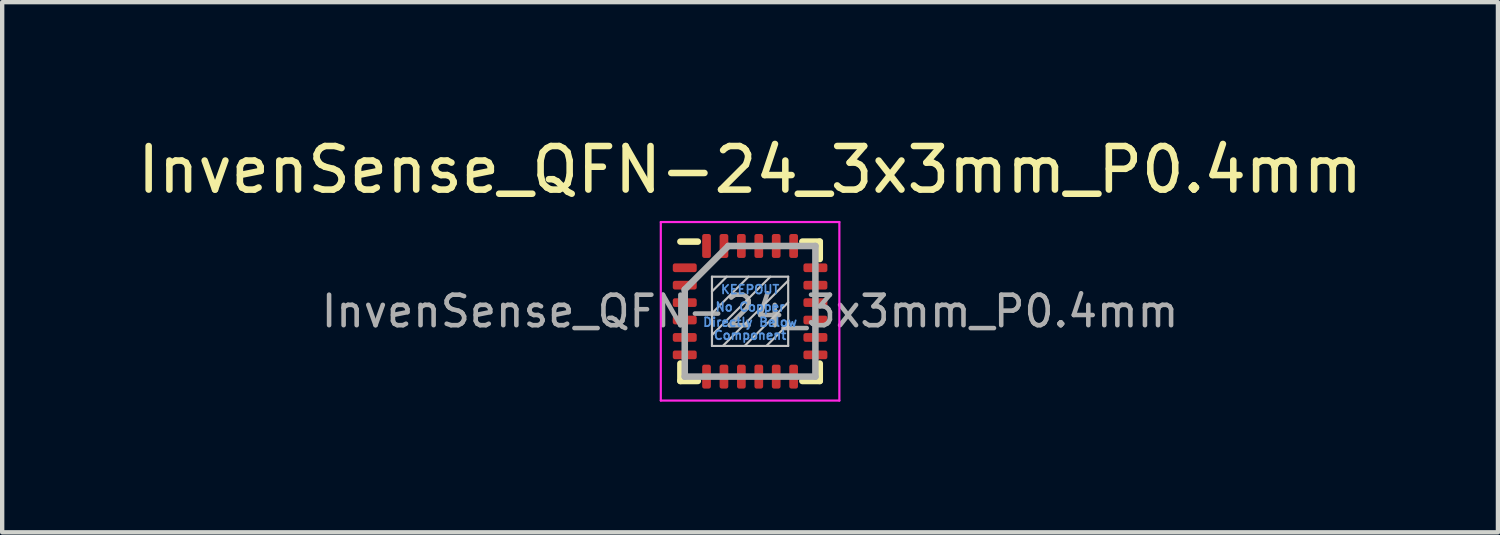
<source format=kicad_pcb>
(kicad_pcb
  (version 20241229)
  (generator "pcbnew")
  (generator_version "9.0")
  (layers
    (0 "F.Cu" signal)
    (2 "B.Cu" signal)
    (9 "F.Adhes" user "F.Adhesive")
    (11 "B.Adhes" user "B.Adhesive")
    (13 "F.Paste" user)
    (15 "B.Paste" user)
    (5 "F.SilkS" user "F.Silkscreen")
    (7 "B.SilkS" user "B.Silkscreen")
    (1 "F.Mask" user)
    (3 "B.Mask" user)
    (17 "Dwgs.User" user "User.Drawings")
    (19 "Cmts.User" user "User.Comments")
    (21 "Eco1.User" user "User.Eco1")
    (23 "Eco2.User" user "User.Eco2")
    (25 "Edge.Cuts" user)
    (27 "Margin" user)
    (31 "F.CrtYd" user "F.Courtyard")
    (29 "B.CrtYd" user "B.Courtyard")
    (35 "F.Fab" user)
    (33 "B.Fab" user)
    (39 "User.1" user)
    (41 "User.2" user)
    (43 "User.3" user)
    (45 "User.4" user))
  (footprint "InvenSense_QFN-24_3x3mm_P0.4mm"
    (layer "F.Cu")
    (at 14.173 4.098)
    (property "Reference" "InvenSense_QFN-24_3x3mm_P0.4mm" (at 0 -3.25 0) (layer "F.SilkS") (effects (font (size 1 1) (thickness 0.15))))
    (attr smd)
    (fp_line (start -1.6 -1.6) (end -1.2 -1.6) (stroke (width 0.15) (type solid)) (layer "F.SilkS"))
    (fp_line (start -1.6 1.6) (end -1.6 1.2) (stroke (width 0.15) (type solid)) (layer "F.SilkS"))
    (fp_line (start -1.6 1.6) (end -1.2 1.6) (stroke (width 0.15) (type solid)) (layer "F.SilkS"))
    (fp_line (start 1.6 -1.6) (end 1.2 -1.6) (stroke (width 0.15) (type solid)) (layer "F.SilkS"))
    (fp_line (start 1.6 -1.6) (end 1.6 -1.2) (stroke (width 0.15) (type solid)) (layer "F.SilkS"))
    (fp_line (start 1.6 1.6) (end 1.2 1.6) (stroke (width 0.15) (type solid)) (layer "F.SilkS"))
    (fp_line (start 1.6 1.6) (end 1.6 1.2) (stroke (width 0.15) (type solid)) (layer "F.SilkS"))
    (fp_line (start -0.875 -0.795) (end -0.875 0.795) (stroke (width 0.05) (type solid)) (layer "Dwgs.User"))
    (fp_line (start -0.875 -0.795) (end 0.875 -0.795) (stroke (width 0.05) (type solid)) (layer "Dwgs.User"))
    (fp_line (start -0.875 0.795) (end 0.875 0.795) (stroke (width 0.05) (type solid)) (layer "Dwgs.User"))
    (fp_line (start -0.535 -0.795) (end -0.875 -0.455) (stroke (width 0.05) (type solid)) (layer "Dwgs.User"))
    (fp_line (start -0.035 -0.795) (end -0.875 0.045) (stroke (width 0.05) (type solid)) (layer "Dwgs.User"))
    (fp_line (start 0.465 -0.795) (end -0.875 0.545) (stroke (width 0.05) (type solid)) (layer "Dwgs.User"))
    (fp_line (start 0.875 -0.795) (end 0.875 0.795) (stroke (width 0.05) (type solid)) (layer "Dwgs.User"))
    (fp_line (start 0.875 -0.705) (end -0.625 0.795) (stroke (width 0.05) (type solid)) (layer "Dwgs.User"))
    (fp_line (start 0.875 -0.205) (end -0.125 0.795) (stroke (width 0.05) (type solid)) (layer "Dwgs.User"))
    (fp_line (start 0.875 0.295) (end 0.375 0.795) (stroke (width 0.05) (type solid)) (layer "Dwgs.User"))
    (fp_line (start -2.05 -2.05) (end 2.05 -2.05) (stroke (width 0.05) (type solid)) (layer "F.CrtYd"))
    (fp_line (start -2.05 2.05) (end -2.05 -2.05) (stroke (width 0.05) (type solid)) (layer "F.CrtYd"))
    (fp_line (start 2.05 -2.05) (end 2.05 2.05) (stroke (width 0.05) (type solid)) (layer "F.CrtYd"))
    (fp_line (start 2.05 2.05) (end -2.05 2.05) (stroke (width 0.05) (type solid)) (layer "F.CrtYd"))
    (fp_line (start -1.5 -0.5) (end -0.5 -1.5) (stroke (width 0.15) (type solid)) (layer "F.Fab"))
    (fp_line (start -1.5 1.5) (end -1.5 -0.5) (stroke (width 0.15) (type solid)) (layer "F.Fab"))
    (fp_line (start -0.5 -1.5) (end 1.5 -1.5) (stroke (width 0.15) (type solid)) (layer "F.Fab"))
    (fp_line (start 1.5 -1.5) (end 1.5 1.5) (stroke (width 0.15) (type solid)) (layer "F.Fab"))
    (fp_line (start 1.5 1.5) (end -1.5 1.5) (stroke (width 0.15) (type solid)) (layer "F.Fab"))
    (fp_text user "No Copper" (at 0 -0.1 0) (layer "Cmts.User") (effects (font (size 0.2 0.2) (thickness 0.04))))
    (fp_text user "Component" (at 0 0.55 0) (layer "Cmts.User") (effects (font (size 0.2 0.2) (thickness 0.04))))
    (fp_text user "KEEPOUT" (at 0 -0.5 0) (layer "Cmts.User") (effects (font (size 0.2 0.2) (thickness 0.04))))
    (fp_text user "Directly Below" (at 0 0.25 0) (layer "Cmts.User") (effects (font (size 0.2 0.2) (thickness 0.04))))
    (fp_text user "${REFERENCE}" (at 0 0 0) (layer "F.Fab") (effects (font (size 0.7 0.7) (thickness 0.105))))
    (pad "1" smd roundrect (at -1.5 -1) (size 0.55 0.2) (layers "F.Cu" "F.Mask" "F.Paste") (roundrect_rratio 0.25))
    (pad "2" smd roundrect (at -1.5 -0.6) (size 0.55 0.2) (layers "F.Cu" "F.Mask" "F.Paste") (roundrect_rratio 0.25))
    (pad "3" smd roundrect (at -1.5 -0.2) (size 0.55 0.2) (layers "F.Cu" "F.Mask" "F.Paste") (roundrect_rratio 0.25))
    (pad "4" smd roundrect (at -1.5 0.2) (size 0.55 0.2) (layers "F.Cu" "F.Mask" "F.Paste") (roundrect_rratio 0.25))
    (pad "5" smd roundrect (at -1.5 0.6) (size 0.55 0.2) (layers "F.Cu" "F.Mask" "F.Paste") (roundrect_rratio 0.25))
    (pad "6" smd roundrect (at -1.5 1) (size 0.55 0.2) (layers "F.Cu" "F.Mask" "F.Paste") (roundrect_rratio 0.25))
    (pad "7" smd roundrect (at -1 1.5 90) (size 0.55 0.2) (layers "F.Cu" "F.Mask" "F.Paste") (roundrect_rratio 0.25))
    (pad "8" smd roundrect (at -0.6 1.5 90) (size 0.55 0.2) (layers "F.Cu" "F.Mask" "F.Paste") (roundrect_rratio 0.25))
    (pad "9" smd roundrect (at -0.2 1.5 90) (size 0.55 0.2) (layers "F.Cu" "F.Mask" "F.Paste") (roundrect_rratio 0.25))
    (pad "10" smd roundrect (at 0.2 1.5 90) (size 0.55 0.2) (layers "F.Cu" "F.Mask" "F.Paste") (roundrect_rratio 0.25))
    (pad "11" smd roundrect (at 0.6 1.5 90) (size 0.55 0.2) (layers "F.Cu" "F.Mask" "F.Paste") (roundrect_rratio 0.25))
    (pad "12" smd roundrect (at 1 1.5 90) (size 0.55 0.2) (layers "F.Cu" "F.Mask" "F.Paste") (roundrect_rratio 0.25))
    (pad "13" smd roundrect (at 1.5 1) (size 0.55 0.2) (layers "F.Cu" "F.Mask" "F.Paste") (roundrect_rratio 0.25))
    (pad "14" smd roundrect (at 1.5 0.6) (size 0.55 0.2) (layers "F.Cu" "F.Mask" "F.Paste") (roundrect_rratio 0.25))
    (pad "15" smd roundrect (at 1.5 0.2) (size 0.55 0.2) (layers "F.Cu" "F.Mask" "F.Paste") (roundrect_rratio 0.25))
    (pad "16" smd roundrect (at 1.5 -0.2) (size 0.55 0.2) (layers "F.Cu" "F.Mask" "F.Paste") (roundrect_rratio 0.25))
    (pad "17" smd roundrect (at 1.5 -0.6) (size 0.55 0.2) (layers "F.Cu" "F.Mask" "F.Paste") (roundrect_rratio 0.25))
    (pad "18" smd roundrect (at 1.5 -1) (size 0.55 0.2) (layers "F.Cu" "F.Mask" "F.Paste") (roundrect_rratio 0.25))
    (pad "19" smd roundrect (at 1 -1.5 90) (size 0.55 0.2) (layers "F.Cu" "F.Mask" "F.Paste") (roundrect_rratio 0.25))
    (pad "20" smd roundrect (at 0.6 -1.5 90) (size 0.55 0.2) (layers "F.Cu" "F.Mask" "F.Paste") (roundrect_rratio 0.25))
    (pad "21" smd roundrect (at 0.2 -1.5 90) (size 0.55 0.2) (layers "F.Cu" "F.Mask" "F.Paste") (roundrect_rratio 0.25))
    (pad "22" smd roundrect (at -0.2 -1.5 90) (size 0.55 0.2) (layers "F.Cu" "F.Mask" "F.Paste") (roundrect_rratio 0.25))
    (pad "23" smd roundrect (at -0.6 -1.5 90) (size 0.55 0.2) (layers "F.Cu" "F.Mask" "F.Paste") (roundrect_rratio 0.25))
    (pad "24" smd roundrect (at -1 -1.5 90) (size 0.55 0.2) (layers "F.Cu" "F.Mask" "F.Paste") (roundrect_rratio 0.25)))
  (gr_rect
    (start -3 -3)
    (end 31.345 9.173)
    (stroke (width 0.1) (type default))
    (fill no)
    (layer "Edge.Cuts")))
</source>
